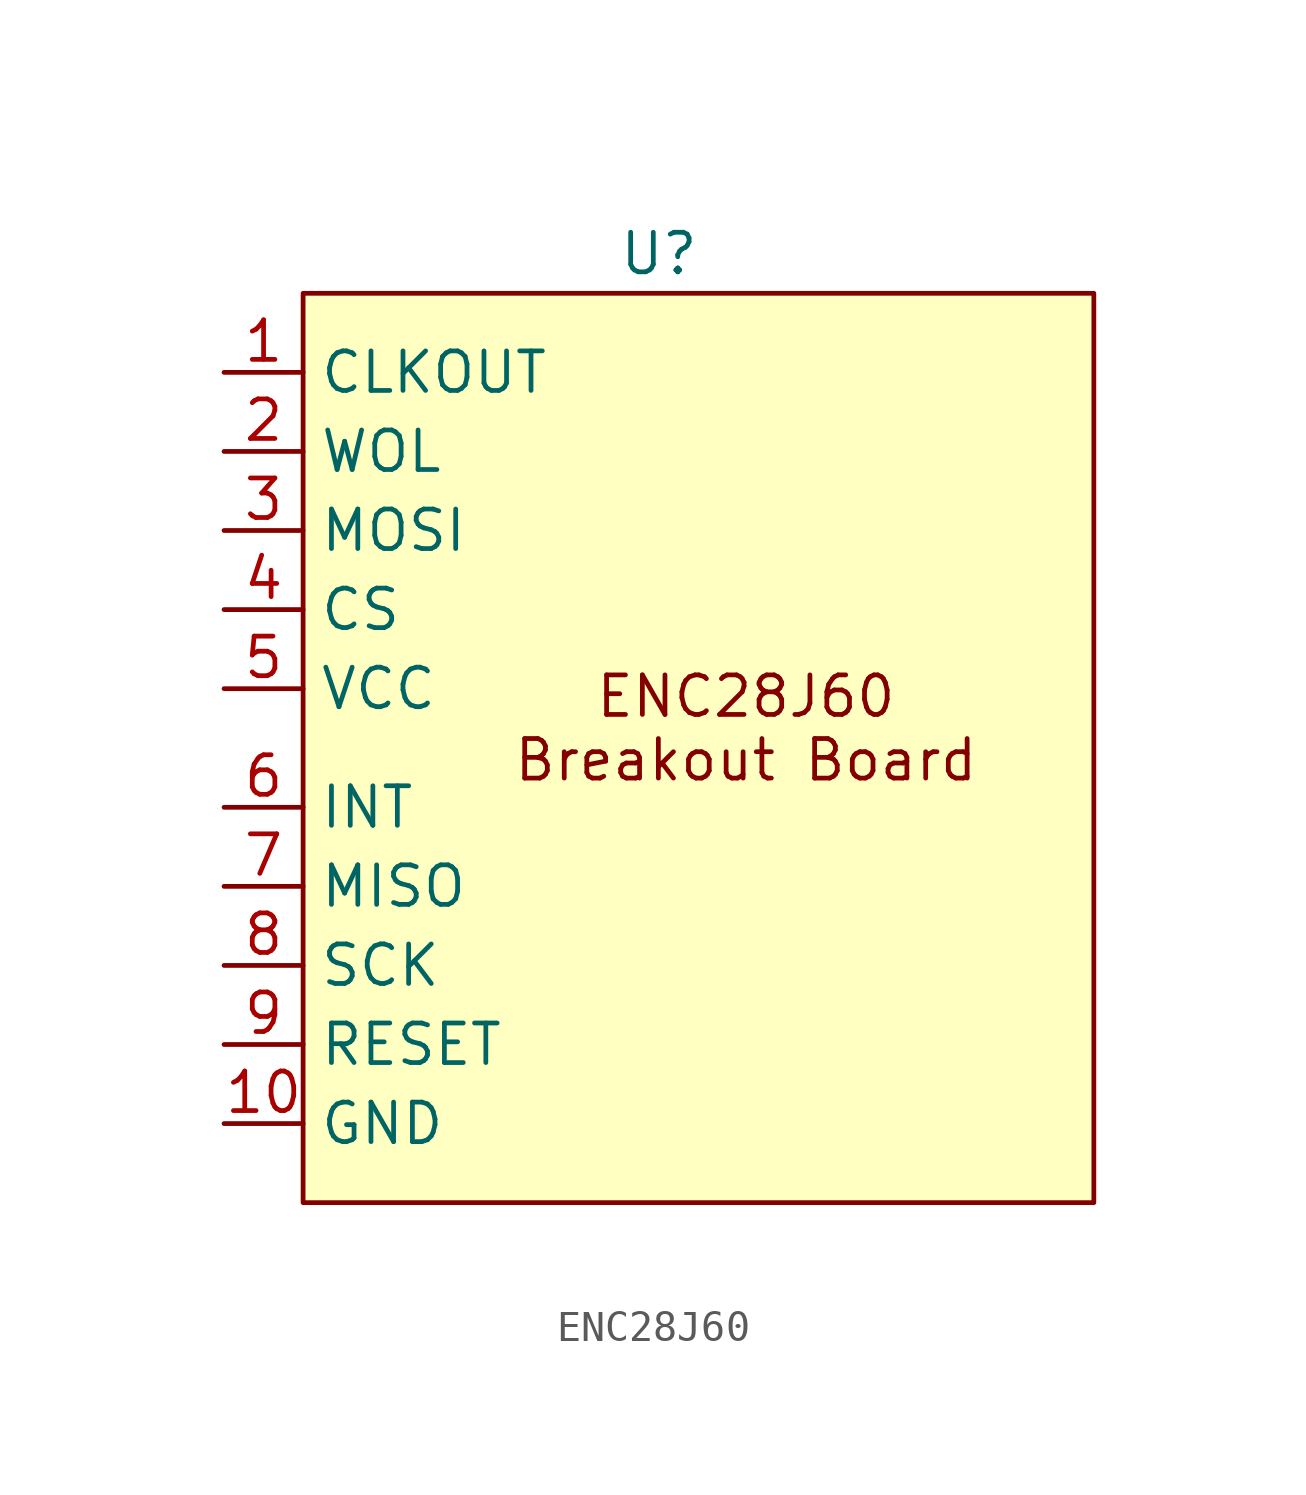
<source format=kicad_sym>
(kicad_symbol_lib
  (version 20231120)
  (generator "kicad_symbol_editor")
  (generator_version "8.0")
  (symbol "ENC28J60"
    (property "Reference" "U"
      (at 0 0 0)
      (effects (font (size 1.27 1.27))))
    (property "Value" ""
      (at 0 0 0)
      (effects (font (size 1.27 1.27))))
    (symbol "ENC28J60_1_1"
      (rectangle (start -11.43 -1.27) (end 13.97 -30.48) (stroke (width 0) (type default)) (fill (type background)))
      (text "ENC28J60\nBreakout Board" (at 2.794 -15.24 0) (effects (font (size 1.27 1.27))))
      (pin input line (at -13.97 -3.81 0) (length 2.54) (name "CLKOUT" (effects (font (size 1.27 1.27)))) (number "1" (effects (font (size 1.27 1.27)))))
      (pin input line (at -13.97 -27.94 0) (length 2.54) (name "GND" (effects (font (size 1.27 1.27)))) (number "10" (effects (font (size 1.27 1.27)))))
      (pin input line (at -13.97 -6.35 0) (length 2.54) (name "WOL" (effects (font (size 1.27 1.27)))) (number "2" (effects (font (size 1.27 1.27)))))
      (pin input line (at -13.97 -8.89 0) (length 2.54) (name "MOSI" (effects (font (size 1.27 1.27)))) (number "3" (effects (font (size 1.27 1.27)))))
      (pin input line (at -13.97 -11.43 0) (length 2.54) (name "CS" (effects (font (size 1.27 1.27)))) (number "4" (effects (font (size 1.27 1.27)))))
      (pin input line (at -13.97 -13.97 0) (length 2.54) (name "VCC" (effects (font (size 1.27 1.27)))) (number "5" (effects (font (size 1.27 1.27)))))
      (pin input line (at -13.97 -17.78 0) (length 2.54) (name "INT" (effects (font (size 1.27 1.27)))) (number "6" (effects (font (size 1.27 1.27)))))
      (pin input line (at -13.97 -20.32 0) (length 2.54) (name "MISO" (effects (font (size 1.27 1.27)))) (number "7" (effects (font (size 1.27 1.27)))))
      (pin input line (at -13.97 -22.86 0) (length 2.54) (name "SCK" (effects (font (size 1.27 1.27)))) (number "8" (effects (font (size 1.27 1.27)))))
      (pin input line (at -13.97 -25.4 0) (length 2.54) (name "RESET" (effects (font (size 1.27 1.27)))) (number "9" (effects (font (size 1.27 1.27))))))))
</source>
